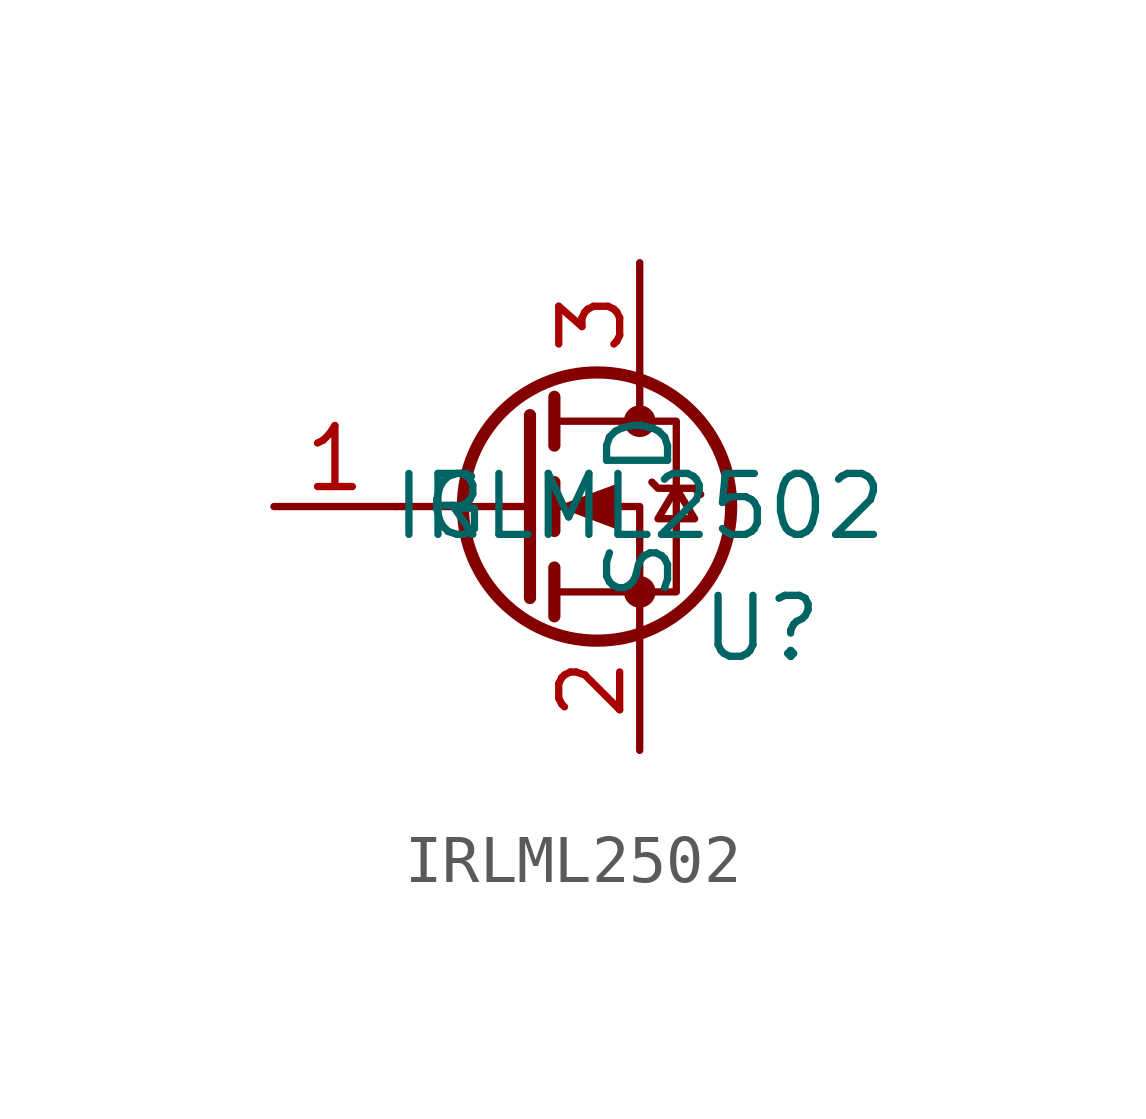
<source format=kicad_sym>
(kicad_symbol_lib
  (version 20231120)
  (generator "kicad_symbol_editor")
  (generator_version "8.0")
  (symbol "IRLML2502"
    (property "Reference" "U"
      (at 2.54 -2.54 0)
      (effects (font (size 1.27 1.27))))
    (property "Value" "IRLML2502"
      (at 0 0 0)
      (effects (font (size 1.27 1.27))))
    (symbol "IRLML2502_0_1"
      (circle (center -0.889 0) (radius 2.794) (stroke (width 0.254) (type default)) (fill (type none)))
      (circle (center 0 -1.778) (radius 0.254) (stroke (width 0) (type default)) (fill (type outline)))
      (polyline (pts (xy -2.286 0) (xy -5.08 0)) (stroke (width 0) (type default)) (fill (type none)))
      (polyline (pts (xy -2.286 1.905) (xy -2.286 -1.905)) (stroke (width 0.254) (type default)) (fill (type none)))
      (polyline (pts (xy -1.778 -1.27) (xy -1.778 -2.286)) (stroke (width 0.254) (type default)) (fill (type none)))
      (polyline (pts (xy -1.778 0.508) (xy -1.778 -0.508)) (stroke (width 0.254) (type default)) (fill (type none)))
      (polyline (pts (xy -1.778 2.286) (xy -1.778 1.27)) (stroke (width 0.254) (type default)) (fill (type none)))
      (polyline (pts (xy 0 2.54) (xy 0 1.778)) (stroke (width 0) (type default)) (fill (type none)))
      (polyline (pts (xy 0 -2.54) (xy 0 0) (xy -1.778 0)) (stroke (width 0) (type default)) (fill (type none)))
      (polyline (pts (xy -1.778 -1.778) (xy 0.762 -1.778) (xy 0.762 1.778) (xy -1.778 1.778)) (stroke (width 0) (type default)) (fill (type none)))
      (polyline (pts (xy -1.524 0) (xy -0.508 0.381) (xy -0.508 -0.381) (xy -1.524 0)) (stroke (width 0) (type default)) (fill (type outline)))
      (polyline (pts (xy 0.254 0.508) (xy 0.381 0.381) (xy 1.143 0.381) (xy 1.27 0.254)) (stroke (width 0) (type default)) (fill (type none)))
      (polyline (pts (xy 0.762 0.381) (xy 0.381 -0.254) (xy 1.143 -0.254) (xy 0.762 0.381)) (stroke (width 0) (type default)) (fill (type none)))
      (circle (center 0 1.778) (radius 0.254) (stroke (width 0) (type default)) (fill (type outline))))
    (symbol "IRLML2502_1_1"
      (pin input line (at -7.62 0 0) (length 2.54) (name "G" (effects (font (size 1.27 1.27)))) (number "1" (effects (font (size 1.27 1.27)))))
      (pin passive line (at 0 -5.08 90) (length 2.54) (name "S" (effects (font (size 1.27 1.27)))) (number "2" (effects (font (size 1.27 1.27)))))
      (pin passive line (at 0 5.08 270) (length 2.54) (name "D" (effects (font (size 1.27 1.27)))) (number "3" (effects (font (size 1.27 1.27))))))))
</source>
